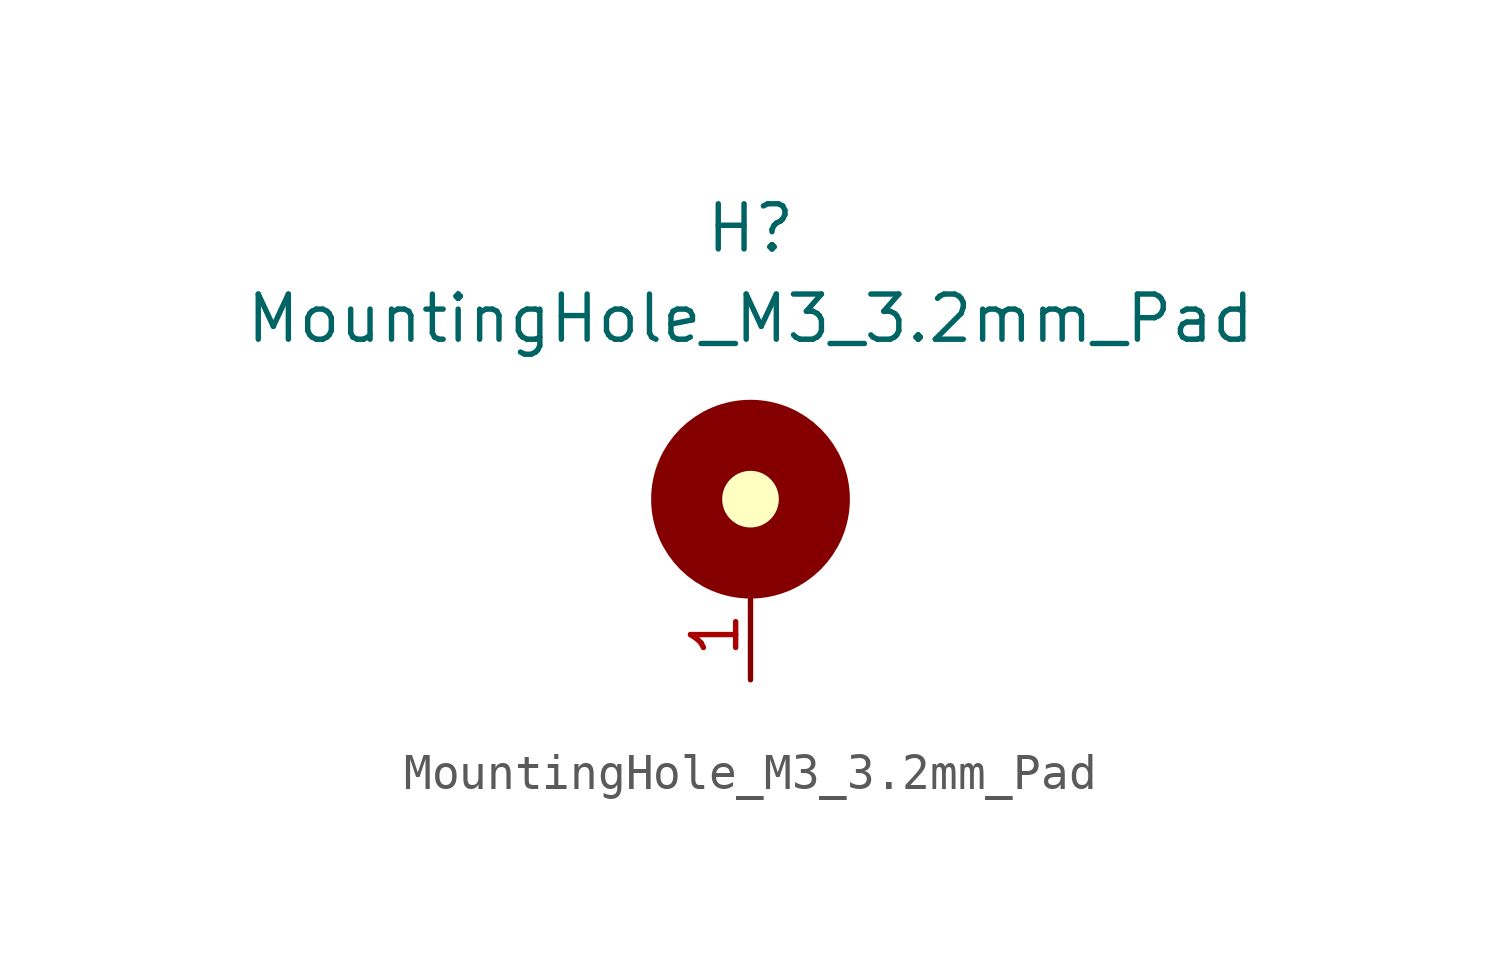
<source format=kicad_sym>
(kicad_symbol_lib
  (version 20211014)
  (generator kicad_symbol_editor)
  (symbol "MountingHole_M3_3.2mm_Pad"
    (property "Reference" "H"
      (at 0 7.62 0)
      (effects (font (size 1.27 1.27))))
    (property "Value" "MountingHole_M3_3.2mm_Pad"
      (at 0 5.08 0)
      (effects (font (size 1.27 1.27))))
    (symbol "MountingHole_M3_3.2mm_Pad_0_1"
      (circle (center 0 0) (radius 1.27) (stroke (width 0) (type default) (color 0 0 0 0)) (fill (type background)))
      (circle (center 0 0) (radius 1.796) (stroke (width 2) (type default) (color 0 0 0 0)) (fill (type none))))
    (symbol "MountingHole_M3_3.2mm_Pad_1_1"
      (pin passive line (at 0 -5.08 90) (length 2.54) (name "" (effects (font (size 1.27 1.27)))) (number "1" (effects (font (size 1.27 1.27))))))))
</source>
